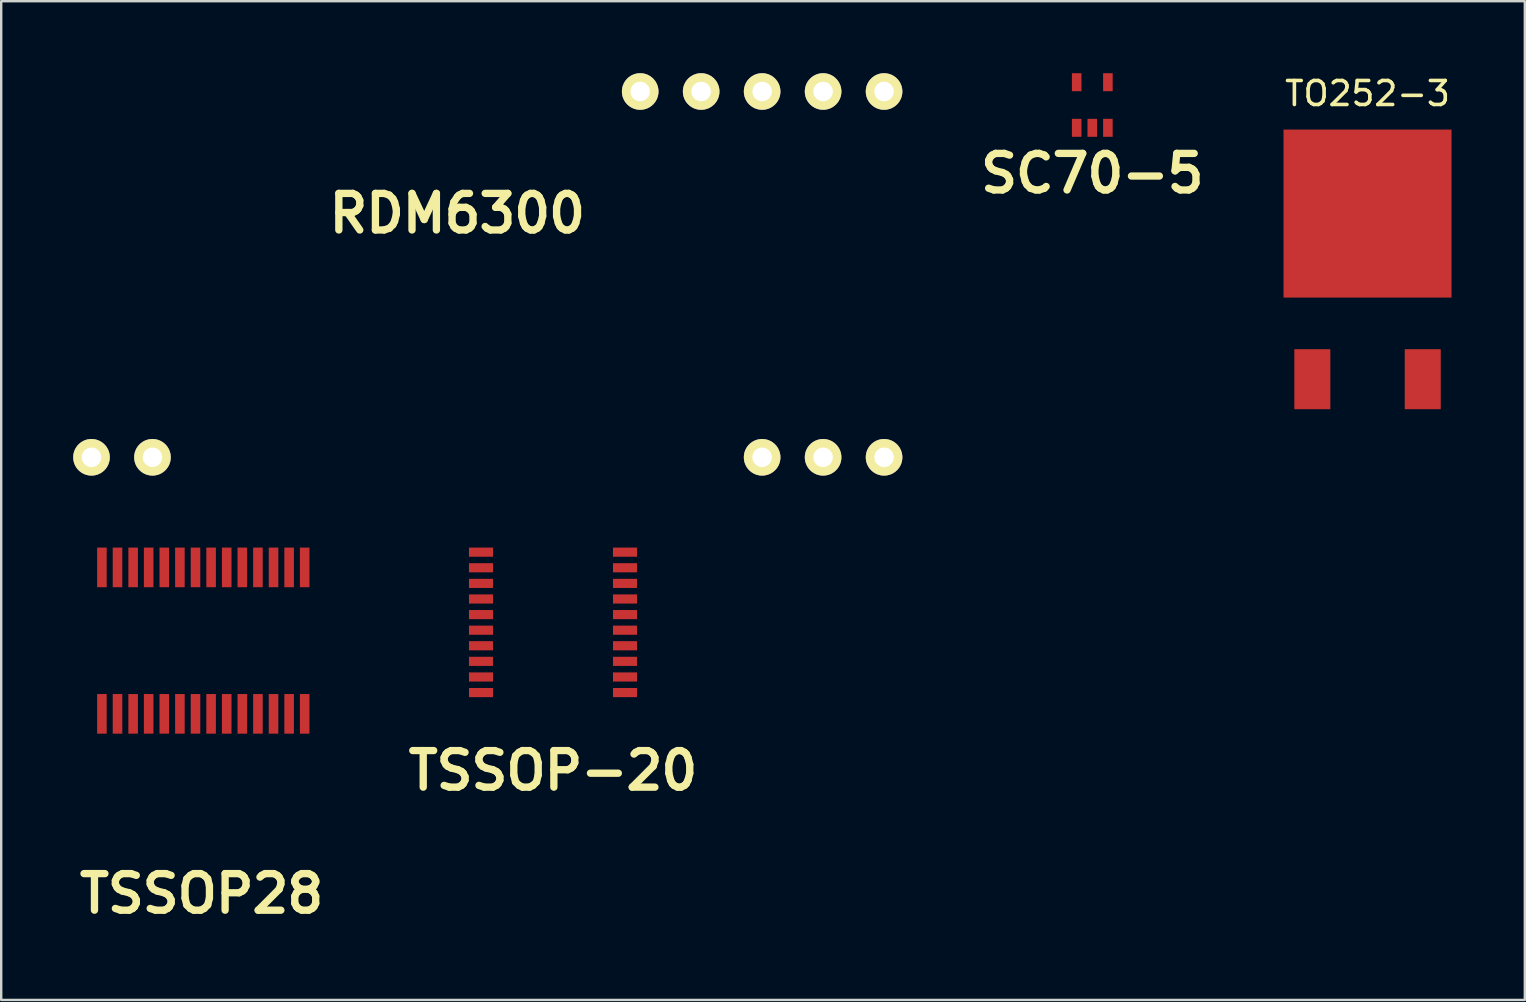
<source format=kicad_pcb>
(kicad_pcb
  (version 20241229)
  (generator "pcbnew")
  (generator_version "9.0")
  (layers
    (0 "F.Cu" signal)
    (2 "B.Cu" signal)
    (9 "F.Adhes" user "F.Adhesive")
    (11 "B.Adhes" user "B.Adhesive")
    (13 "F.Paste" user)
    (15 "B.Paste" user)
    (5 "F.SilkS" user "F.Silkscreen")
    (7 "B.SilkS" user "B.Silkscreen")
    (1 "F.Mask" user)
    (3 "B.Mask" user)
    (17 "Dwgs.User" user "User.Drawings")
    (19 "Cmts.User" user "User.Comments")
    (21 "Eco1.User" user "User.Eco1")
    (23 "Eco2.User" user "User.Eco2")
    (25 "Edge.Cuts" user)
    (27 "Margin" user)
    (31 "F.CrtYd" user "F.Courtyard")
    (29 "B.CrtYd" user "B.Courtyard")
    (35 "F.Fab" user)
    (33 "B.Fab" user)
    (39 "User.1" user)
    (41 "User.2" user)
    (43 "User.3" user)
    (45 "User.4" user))
  (footprint "SC70-5"
    (layer "F.Cu")
    (at 42.457 1.325)
    (property "Reference" "SC70-5" (at 0 2.85 0) (layer "F.SilkS") (effects (font (size 1.524 1.524) (thickness 0.305))))
    (attr through_hole)
    (pad "1" smd rect (at -0.65 0.95) (size 0.399 0.749) (layers "F.Cu" "F.Mask" "F.Paste"))
    (pad "2" smd rect (at 0 0.95) (size 0.399 0.749) (layers "F.Cu" "F.Mask" "F.Paste"))
    (pad "3" smd rect (at 0.65 0.95) (size 0.399 0.749) (layers "F.Cu" "F.Mask" "F.Paste"))
    (pad "4" smd rect (at 0.65 -0.95) (size 0.399 0.749) (layers "F.Cu" "F.Mask" "F.Paste"))
    (pad "5" smd rect (at -0.65 -0.95) (size 0.399 0.749) (layers "F.Cu" "F.Mask" "F.Paste")))
  (footprint "TO252-3"
    (layer "F.Cu")
    (at 53.924 5.848)
    (property "Reference" "TO252-3" (at 0 -5 0) (layer "F.SilkS") (effects (font (size 1 1) (thickness 0.15))))
    (attr through_hole)
    (pad "1" smd rect (at -2.3 6.9) (size 1.5 2.5) (layers "F.Cu" "F.Mask" "F.Paste"))
    (pad "2" smd rect (at 0 0) (size 7 7) (layers "F.Cu" "F.Mask" "F.Paste"))
    (pad "3" smd rect (at 2.3 6.9) (size 1.5 2.5) (layers "F.Cu" "F.Mask" "F.Paste")))
  (footprint "TSSOP-20"
    (layer "F.Cu")
    (at 19.989 29.055)
    (property "Reference" "TSSOP-20" (at 0 0 0) (layer "F.SilkS") (effects (font (size 1.524 1.524) (thickness 0.305))))
    (attr through_hole)
    (pad "1" smd rect (at -3 -9.101) (size 1.001 0.381) (layers "F.Cu" "F.Mask" "F.Paste"))
    (pad "2" smd rect (at -3 -8.451) (size 1.001 0.381) (layers "F.Cu" "F.Mask" "F.Paste"))
    (pad "3" smd rect (at -3 -7.8) (size 1.001 0.381) (layers "F.Cu" "F.Mask" "F.Paste"))
    (pad "4" smd rect (at -3 -7.15) (size 1.001 0.381) (layers "F.Cu" "F.Mask" "F.Paste"))
    (pad "5" smd rect (at -3 -6.5) (size 1.001 0.381) (layers "F.Cu" "F.Mask" "F.Paste"))
    (pad "6" smd rect (at -3 -5.85) (size 1.001 0.381) (layers "F.Cu" "F.Mask" "F.Paste"))
    (pad "7" smd rect (at -3 -5.202) (size 1.001 0.381) (layers "F.Cu" "F.Mask" "F.Paste"))
    (pad "8" smd rect (at -3 -4.552) (size 1.001 0.381) (layers "F.Cu" "F.Mask" "F.Paste"))
    (pad "9" smd rect (at -3 -3.901) (size 1.001 0.381) (layers "F.Cu" "F.Mask" "F.Paste"))
    (pad "10" smd rect (at -3 -3.251) (size 1.001 0.381) (layers "F.Cu" "F.Mask" "F.Paste"))
    (pad "11" smd rect (at 3 -3.251) (size 1.001 0.381) (layers "F.Cu" "F.Mask" "F.Paste"))
    (pad "12" smd rect (at 3 -3.901) (size 1.001 0.381) (layers "F.Cu" "F.Mask" "F.Paste"))
    (pad "13" smd rect (at 3 -4.552) (size 1.001 0.381) (layers "F.Cu" "F.Mask" "F.Paste"))
    (pad "14" smd rect (at 3 -5.202) (size 1.001 0.381) (layers "F.Cu" "F.Mask" "F.Paste"))
    (pad "15" smd rect (at 3 -5.85) (size 1.001 0.381) (layers "F.Cu" "F.Mask" "F.Paste"))
    (pad "16" smd rect (at 3 -6.5) (size 1.001 0.381) (layers "F.Cu" "F.Mask" "F.Paste"))
    (pad "17" smd rect (at 3 -7.15) (size 1.001 0.381) (layers "F.Cu" "F.Mask" "F.Paste"))
    (pad "18" smd rect (at 3 -7.8) (size 1.001 0.381) (layers "F.Cu" "F.Mask" "F.Paste"))
    (pad "19" smd rect (at 3 -8.451) (size 1.001 0.381) (layers "F.Cu" "F.Mask" "F.Paste"))
    (pad "20" smd rect (at 3 -9.101) (size 1.001 0.381) (layers "F.Cu" "F.Mask" "F.Paste")))
  (footprint "RDM6300"
    (layer "F.Cu")
    (at 16.002 8.382)
    (property "Reference" "RDM6300" (at 0 -2.54 0) (layer "F.SilkS") (effects (font (size 1.524 1.524) (thickness 0.305))))
    (attr through_hole)
    (pad "1" thru_hole circle (at 17.78 -7.62) (size 1.524 1.524) (drill 0.813) (layers "*.Cu" "*.Mask" "F.SilkS"))
    (pad "2" thru_hole circle (at 15.24 -7.62) (size 1.524 1.524) (drill 0.813) (layers "*.Cu" "*.Mask" "F.SilkS"))
    (pad "3" thru_hole circle (at 12.7 -7.62) (size 1.524 1.524) (drill 0.813) (layers "*.Cu" "*.Mask" "F.SilkS"))
    (pad "4" thru_hole circle (at 10.16 -7.62) (size 1.524 1.524) (drill 0.813) (layers "*.Cu" "*.Mask" "F.SilkS"))
    (pad "5" thru_hole circle (at 7.62 -7.62) (size 1.524 1.524) (drill 0.813) (layers "*.Cu" "*.Mask" "F.SilkS"))
    (pad "6" thru_hole circle (at -15.24 7.62) (size 1.524 1.524) (drill 0.813) (layers "*.Cu" "*.Mask" "F.SilkS"))
    (pad "7" thru_hole circle (at -12.7 7.62) (size 1.524 1.524) (drill 0.813) (layers "*.Cu" "*.Mask" "F.SilkS"))
    (pad "8" thru_hole circle (at 17.78 7.62) (size 1.524 1.524) (drill 0.813) (layers "*.Cu" "*.Mask" "F.SilkS"))
    (pad "9" thru_hole circle (at 15.24 7.62) (size 1.524 1.524) (drill 0.813) (layers "*.Cu" "*.Mask" "F.SilkS"))
    (pad "10" thru_hole circle (at 12.7 7.62) (size 1.524 1.524) (drill 0.813) (layers "*.Cu" "*.Mask" "F.SilkS")))
  (footprint "TSSOP28"
    (layer "F.Cu")
    (at 5.095 23.64)
    (property "Reference" "TSSOP28" (at 0.254 10.541 0) (layer "F.SilkS") (effects (font (size 1.524 1.524) (thickness 0.305))))
    (attr through_hole)
    (pad "1" smd rect (at -3.899 3.051) (size 0.399 1.651) (layers "F.Cu" "F.Mask" "F.Paste"))
    (pad "2" smd rect (at -3.249 3.051) (size 0.399 1.651) (layers "F.Cu" "F.Mask" "F.Paste"))
    (pad "3" smd rect (at -2.598 3.051) (size 0.399 1.651) (layers "F.Cu" "F.Mask" "F.Paste"))
    (pad "4" smd rect (at -1.951 3.051) (size 0.399 1.651) (layers "F.Cu" "F.Mask" "F.Paste"))
    (pad "5" smd rect (at -1.3 3.051) (size 0.399 1.651) (layers "F.Cu" "F.Mask" "F.Paste"))
    (pad "6" smd rect (at -0.65 3.051) (size 0.399 1.651) (layers "F.Cu" "F.Mask" "F.Paste"))
    (pad "7" smd rect (at 0 3.051) (size 0.399 1.651) (layers "F.Cu" "F.Mask" "F.Paste"))
    (pad "8" smd rect (at 0.65 3.051) (size 0.399 1.651) (layers "F.Cu" "F.Mask" "F.Paste"))
    (pad "9" smd rect (at 1.3 3.051) (size 0.399 1.651) (layers "F.Cu" "F.Mask" "F.Paste"))
    (pad "10" smd rect (at 1.951 3.051) (size 0.399 1.651) (layers "F.Cu" "F.Mask" "F.Paste"))
    (pad "11" smd rect (at 2.601 3.051) (size 0.399 1.651) (layers "F.Cu" "F.Mask" "F.Paste"))
    (pad "12" smd rect (at 3.251 3.051) (size 0.399 1.651) (layers "F.Cu" "F.Mask" "F.Paste"))
    (pad "13" smd rect (at 3.901 3.051) (size 0.399 1.651) (layers "F.Cu" "F.Mask" "F.Paste"))
    (pad "14" smd rect (at 4.549 3.051) (size 0.399 1.651) (layers "F.Cu" "F.Mask" "F.Paste"))
    (pad "15" smd rect (at 4.549 -3.051) (size 0.399 1.651) (layers "F.Cu" "F.Mask" "F.Paste"))
    (pad "16" smd rect (at 3.901 -3.051) (size 0.399 1.651) (layers "F.Cu" "F.Mask" "F.Paste"))
    (pad "17" smd rect (at 3.251 -3.051) (size 0.399 1.651) (layers "F.Cu" "F.Mask" "F.Paste"))
    (pad "18" smd rect (at 2.601 -3.051) (size 0.399 1.651) (layers "F.Cu" "F.Mask" "F.Paste"))
    (pad "19" smd rect (at 1.951 -3.051) (size 0.399 1.651) (layers "F.Cu" "F.Mask" "F.Paste"))
    (pad "20" smd rect (at 1.3 -3.051) (size 0.399 1.651) (layers "F.Cu" "F.Mask" "F.Paste"))
    (pad "21" smd rect (at 0.65 -3.051) (size 0.399 1.651) (layers "F.Cu" "F.Mask" "F.Paste"))
    (pad "22" smd rect (at 0 -3.051) (size 0.399 1.651) (layers "F.Cu" "F.Mask" "F.Paste"))
    (pad "23" smd rect (at -0.65 -3.051) (size 0.399 1.651) (layers "F.Cu" "F.Mask" "F.Paste"))
    (pad "24" smd rect (at -1.3 -3.051) (size 0.399 1.651) (layers "F.Cu" "F.Mask" "F.Paste"))
    (pad "25" smd rect (at -1.951 -3.051) (size 0.399 1.651) (layers "F.Cu" "F.Mask" "F.Paste"))
    (pad "26" smd rect (at -2.598 -3.051) (size 0.399 1.651) (layers "F.Cu" "F.Mask" "F.Paste"))
    (pad "27" smd rect (at -3.249 -3.051) (size 0.399 1.651) (layers "F.Cu" "F.Mask" "F.Paste"))
    (pad "28" smd rect (at -3.899 -3.051) (size 0.399 1.651) (layers "F.Cu" "F.Mask" "F.Paste")))
  (gr_rect
    (start -3 -3)
    (end 60.477 38.608)
    (stroke (width 0.1) (type default))
    (fill no)
    (layer "Edge.Cuts")))
</source>
